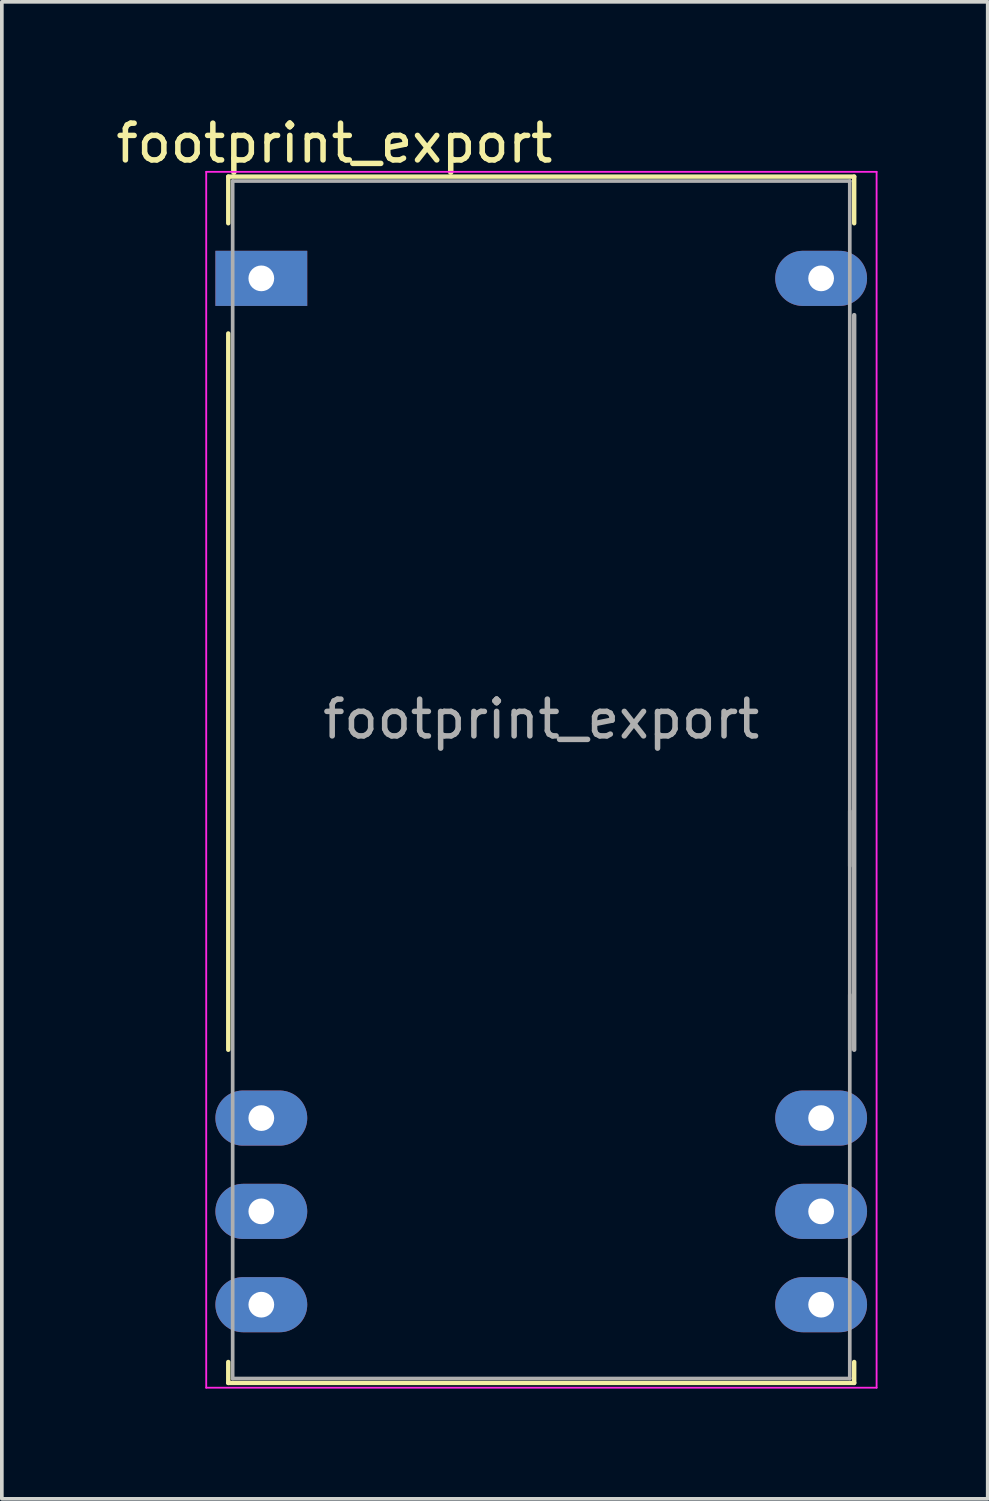
<source format=kicad_pcb>
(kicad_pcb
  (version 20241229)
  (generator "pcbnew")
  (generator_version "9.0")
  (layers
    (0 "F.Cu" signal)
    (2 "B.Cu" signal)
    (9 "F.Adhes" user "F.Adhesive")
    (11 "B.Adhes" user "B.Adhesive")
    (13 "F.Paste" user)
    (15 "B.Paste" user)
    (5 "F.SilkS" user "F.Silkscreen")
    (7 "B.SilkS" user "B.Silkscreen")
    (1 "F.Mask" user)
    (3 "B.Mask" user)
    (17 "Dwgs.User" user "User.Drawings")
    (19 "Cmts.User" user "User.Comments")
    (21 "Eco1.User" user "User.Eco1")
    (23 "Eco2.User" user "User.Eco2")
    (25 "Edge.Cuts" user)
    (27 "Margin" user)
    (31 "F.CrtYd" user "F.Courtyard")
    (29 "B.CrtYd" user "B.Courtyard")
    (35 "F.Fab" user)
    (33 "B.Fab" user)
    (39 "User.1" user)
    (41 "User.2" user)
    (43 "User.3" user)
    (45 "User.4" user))
  (footprint "footprint_export"
    (layer "F.Cu")
    (at 4.064 4.528)
    (property "Reference" "footprint_export" (at 1.99 -3.68 0) (layer "F.SilkS") (effects (font (size 1 1) (thickness 0.15))))
    (attr through_hole)
    (fp_line (start -0.9 -2.77) (end 16.14 -2.77) (stroke (width 0.12) (type solid)) (layer "F.SilkS"))
    (fp_line (start -0.9 -1.5) (end -0.9 -2.77) (stroke (width 0.12) (type solid)) (layer "F.SilkS"))
    (fp_line (start -0.9 1.5) (end -0.9 21) (stroke (width 0.12) (type solid)) (layer "F.SilkS"))
    (fp_line (start -0.9 29.5) (end -0.9 30.07) (stroke (width 0.12) (type solid)) (layer "F.SilkS"))
    (fp_line (start -0.9 30.07) (end 16.14 30.07) (stroke (width 0.12) (type solid)) (layer "F.SilkS"))
    (fp_line (start 16.14 -2.77) (end 16.14 -1.5) (stroke (width 0.12) (type solid)) (layer "F.SilkS"))
    (fp_line (start 16.14 30.07) (end 16.14 29.5) (stroke (width 0.12) (type solid)) (layer "F.SilkS"))
    (fp_line (start -1.5 -2.9) (end -1.5 30.2) (stroke (width 0.05) (type solid)) (layer "F.CrtYd"))
    (fp_line (start -1.5 -2.9) (end 16.75 -2.9) (stroke (width 0.05) (type solid)) (layer "F.CrtYd"))
    (fp_line (start -1.5 30.2) (end 16.75 30.2) (stroke (width 0.05) (type solid)) (layer "F.CrtYd"))
    (fp_line (start 16.75 -2.9) (end 16.75 30.2) (stroke (width 0.05) (type solid)) (layer "F.CrtYd"))
    (fp_line (start -0.78 -2.65) (end 16.02 -2.65) (stroke (width 0.1) (type solid)) (layer "F.Fab"))
    (fp_line (start -0.78 29.95) (end -0.78 -2.65) (stroke (width 0.1) (type solid)) (layer "F.Fab"))
    (fp_line (start 16.02 -2.65) (end 16.02 29.95) (stroke (width 0.1) (type solid)) (layer "F.Fab"))
    (fp_line (start 16.02 14.5) (end 16.02 16) (stroke (width 0.1) (type solid)) (layer "F.Fab"))
    (fp_line (start 16.02 19.5) (end 16.02 21) (stroke (width 0.1) (type solid)) (layer "F.Fab"))
    (fp_line (start 16.02 29.95) (end -0.78 29.95) (stroke (width 0.1) (type solid)) (layer "F.Fab"))
    (fp_line (start 16.14 1) (end 16.14 21) (stroke (width 0.12) (type solid)) (layer "F.Fab"))
    (fp_text user "${REFERENCE}" (at 7.62 12 0) (layer "F.Fab") (effects (font (size 1 1) (thickness 0.15))))
    (pad "1" thru_hole rect (at 0 0) (size 2.5 1.5) (drill 0.7) (layers "*.Cu" "*.Mask"))
    (pad "10" thru_hole oval (at 0 22.86) (size 2.5 1.5) (drill 0.7) (layers "*.Cu" "*.Mask"))
    (pad "11" thru_hole oval (at 0 25.4) (size 2.5 1.5) (drill 0.7) (layers "*.Cu" "*.Mask"))
    (pad "12" thru_hole oval (at 0 27.94) (size 2.5 1.5) (drill 0.7) (layers "*.Cu" "*.Mask"))
    (pad "13" thru_hole oval (at 15.24 27.94) (size 2.5 1.5) (drill 0.7) (layers "*.Cu" "*.Mask"))
    (pad "14" thru_hole oval (at 15.24 25.4) (size 2.5 1.5) (drill 0.7) (layers "*.Cu" "*.Mask"))
    (pad "15" thru_hole oval (at 15.24 22.86) (size 2.5 1.5) (drill 0.7) (layers "*.Cu" "*.Mask"))
    (pad "24" thru_hole oval (at 15.24 0) (size 2.5 1.5) (drill 0.7) (layers "*.Cu" "*.Mask")))
  (gr_rect
    (start -3 -3)
    (end 23.839 37.753)
    (stroke (width 0.1) (type default))
    (fill no)
    (layer "Edge.Cuts")))
</source>
